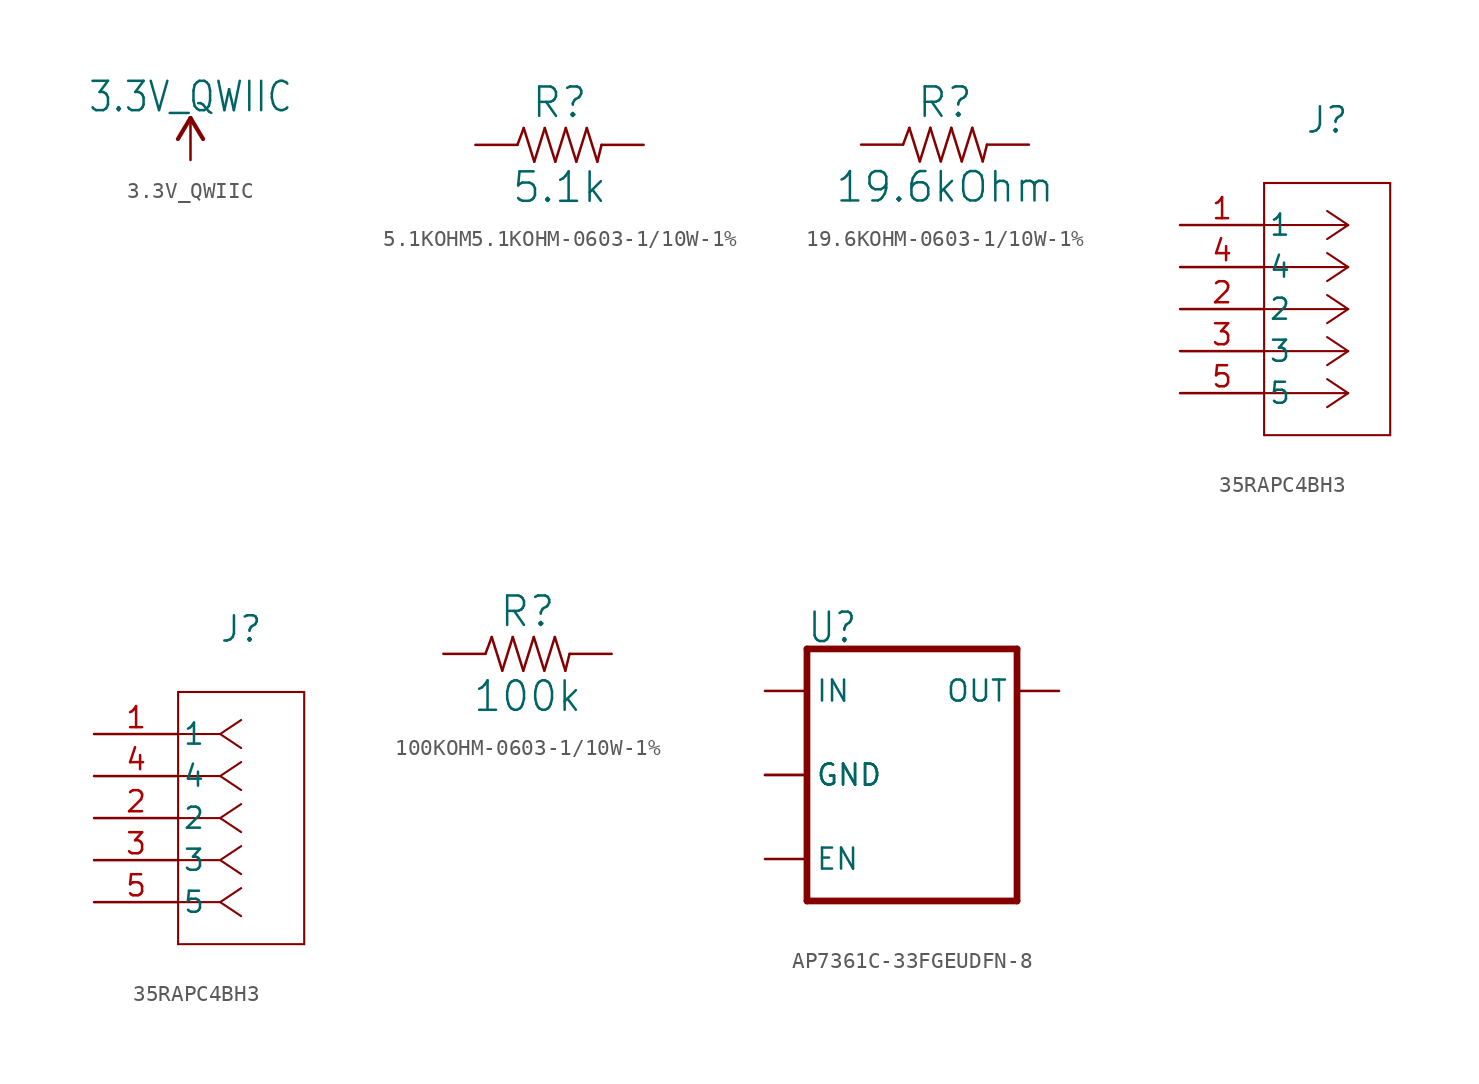
<source format=kicad_sym>
(kicad_symbol_lib
  (version 20241209)
  (generator "kicad_symbol_editor")
  (generator_version "9.0")
  (symbol "3.3V_QWIIC"
    (power)
    (property "Reference" "#SUPPLY"
      (at 0 0 0)
      (effects (font (size 1.27 1.27)) (hide yes)))
    (property "Value" "3.3V_QWIIC"
      (at 0 2.794 0)
      (effects (font (size 1.778 1.511)) (justify bottom)))
    (property "ki_locked" ""
      (at 0 0 0)
      (effects (font (size 1.27 1.27))))
    (symbol "3.3V_QWIIC_1_0"
      (polyline (pts (xy 0 2.54) (xy -0.762 1.27)) (stroke (width 0.254) (type solid)) (fill (type none)))
      (polyline (pts (xy 0.762 1.27) (xy 0 2.54)) (stroke (width 0.254) (type solid)) (fill (type none)))
      (pin power_in line (at 0 0 90) (length 2.54) (name "3.3V_QWIIC" (effects (font (size 0 0)))) (number "1" (effects (font (size 0 0)))))))
  (symbol "5.1KOHM5.1KOHM-0603-1/10W-1%"
    (property "Reference" "R"
      (at 0 1.524 0)
      (effects (font (size 1.778 1.778)) (justify bottom)))
    (property "Value" "5.1k"
      (at 0 -1.524 0)
      (effects (font (size 1.778 1.778)) (justify top)))
    (symbol "5.1KOHM5.1KOHM-0603-1/10W-1%_1_0"
      (polyline (pts (xy -2.54 0) (xy -2.159 1.016)) (stroke (width 0.152) (type solid)) (fill (type none)))
      (polyline (pts (xy -2.159 1.016) (xy -1.524 -1.016)) (stroke (width 0.152) (type solid)) (fill (type none)))
      (polyline (pts (xy -1.524 -1.016) (xy -0.889 1.016)) (stroke (width 0.152) (type solid)) (fill (type none)))
      (polyline (pts (xy -0.889 1.016) (xy -0.254 -1.016)) (stroke (width 0.152) (type solid)) (fill (type none)))
      (polyline (pts (xy -0.254 -1.016) (xy 0.381 1.016)) (stroke (width 0.152) (type solid)) (fill (type none)))
      (polyline (pts (xy 0.381 1.016) (xy 1.016 -1.016)) (stroke (width 0.152) (type solid)) (fill (type none)))
      (polyline (pts (xy 1.016 -1.016) (xy 1.651 1.016)) (stroke (width 0.152) (type solid)) (fill (type none)))
      (polyline (pts (xy 1.651 1.016) (xy 2.286 -1.016)) (stroke (width 0.152) (type solid)) (fill (type none)))
      (polyline (pts (xy 2.286 -1.016) (xy 2.54 0)) (stroke (width 0.152) (type solid)) (fill (type none)))
      (pin passive line (at -5.08 0 0) (length 2.54) (name "1" (effects (font (size 0 0)))) (number "1" (effects (font (size 0 0)))))
      (pin passive line (at 5.08 0 180) (length 2.54) (name "2" (effects (font (size 0 0)))) (number "2" (effects (font (size 0 0)))))))
  (symbol "19.6KOHM-0603-1/10W-1%"
    (property "Reference" "R"
      (at 0 1.524 0)
      (effects (font (size 1.778 1.778)) (justify bottom)))
    (property "Value" "19.6kOhm"
      (at 0 -1.524 0)
      (effects (font (size 1.778 1.778)) (justify top)))
    (symbol "19.6KOHM-0603-1/10W-1%_1_0"
      (polyline (pts (xy -2.54 0) (xy -2.159 1.016)) (stroke (width 0.152) (type solid)) (fill (type none)))
      (polyline (pts (xy -2.159 1.016) (xy -1.524 -1.016)) (stroke (width 0.152) (type solid)) (fill (type none)))
      (polyline (pts (xy -1.524 -1.016) (xy -0.889 1.016)) (stroke (width 0.152) (type solid)) (fill (type none)))
      (polyline (pts (xy -0.889 1.016) (xy -0.254 -1.016)) (stroke (width 0.152) (type solid)) (fill (type none)))
      (polyline (pts (xy -0.254 -1.016) (xy 0.381 1.016)) (stroke (width 0.152) (type solid)) (fill (type none)))
      (polyline (pts (xy 0.381 1.016) (xy 1.016 -1.016)) (stroke (width 0.152) (type solid)) (fill (type none)))
      (polyline (pts (xy 1.016 -1.016) (xy 1.651 1.016)) (stroke (width 0.152) (type solid)) (fill (type none)))
      (polyline (pts (xy 1.651 1.016) (xy 2.286 -1.016)) (stroke (width 0.152) (type solid)) (fill (type none)))
      (polyline (pts (xy 2.286 -1.016) (xy 2.54 0)) (stroke (width 0.152) (type solid)) (fill (type none)))
      (pin passive line (at -5.08 0 0) (length 2.54) (name "1" (effects (font (size 0 0)))) (number "1" (effects (font (size 0 0)))))
      (pin passive line (at 5.08 0 180) (length 2.54) (name "2" (effects (font (size 0 0)))) (number "2" (effects (font (size 0 0)))))))
  (symbol "35RAPC4BH3"
    (pin_names
      (offset 0.254))
    (property "Reference" "J"
      (at 8.89 6.35 0)
      (effects (font (size 1.524 1.524))))
    (symbol "35RAPC4BH3_1_1"
      (polyline (pts (xy 5.08 2.54) (xy 5.08 -12.7)) (stroke (width 0.127) (type default)) (fill (type none)))
      (polyline (pts (xy 5.08 -12.7) (xy 12.7 -12.7)) (stroke (width 0.127) (type default)) (fill (type none)))
      (polyline (pts (xy 10.16 0) (xy 5.08 0)) (stroke (width 0.127) (type default)) (fill (type none)))
      (polyline (pts (xy 10.16 0) (xy 8.89 0.847)) (stroke (width 0.127) (type default)) (fill (type none)))
      (polyline (pts (xy 10.16 0) (xy 8.89 -0.847)) (stroke (width 0.127) (type default)) (fill (type none)))
      (polyline (pts (xy 10.16 -2.54) (xy 5.08 -2.54)) (stroke (width 0.127) (type default)) (fill (type none)))
      (polyline (pts (xy 10.16 -2.54) (xy 8.89 -1.693)) (stroke (width 0.127) (type default)) (fill (type none)))
      (polyline (pts (xy 10.16 -2.54) (xy 8.89 -3.387)) (stroke (width 0.127) (type default)) (fill (type none)))
      (polyline (pts (xy 10.16 -5.08) (xy 5.08 -5.08)) (stroke (width 0.127) (type default)) (fill (type none)))
      (polyline (pts (xy 10.16 -5.08) (xy 8.89 -4.233)) (stroke (width 0.127) (type default)) (fill (type none)))
      (polyline (pts (xy 10.16 -5.08) (xy 8.89 -5.927)) (stroke (width 0.127) (type default)) (fill (type none)))
      (polyline (pts (xy 10.16 -7.62) (xy 5.08 -7.62)) (stroke (width 0.127) (type default)) (fill (type none)))
      (polyline (pts (xy 10.16 -7.62) (xy 8.89 -6.773)) (stroke (width 0.127) (type default)) (fill (type none)))
      (polyline (pts (xy 10.16 -7.62) (xy 8.89 -8.467)) (stroke (width 0.127) (type default)) (fill (type none)))
      (polyline (pts (xy 10.16 -10.16) (xy 5.08 -10.16)) (stroke (width 0.127) (type default)) (fill (type none)))
      (polyline (pts (xy 10.16 -10.16) (xy 8.89 -9.313)) (stroke (width 0.127) (type default)) (fill (type none)))
      (polyline (pts (xy 10.16 -10.16) (xy 8.89 -11.007)) (stroke (width 0.127) (type default)) (fill (type none)))
      (polyline (pts (xy 12.7 2.54) (xy 5.08 2.54)) (stroke (width 0.127) (type default)) (fill (type none)))
      (polyline (pts (xy 12.7 -12.7) (xy 12.7 2.54)) (stroke (width 0.127) (type default)) (fill (type none)))
      (pin unspecified line (at 0 0 0) (length 5.08) (name "1" (effects (font (size 1.27 1.27)))) (number "1" (effects (font (size 1.27 1.27)))))
      (pin unspecified line (at 0 -2.54 0) (length 5.08) (name "4" (effects (font (size 1.27 1.27)))) (number "4" (effects (font (size 1.27 1.27)))))
      (pin unspecified line (at 0 -5.08 0) (length 5.08) (name "2" (effects (font (size 1.27 1.27)))) (number "2" (effects (font (size 1.27 1.27)))))
      (pin unspecified line (at 0 -7.62 0) (length 5.08) (name "3" (effects (font (size 1.27 1.27)))) (number "3" (effects (font (size 1.27 1.27)))))
      (pin unspecified line (at 0 -10.16 0) (length 5.08) (name "5" (effects (font (size 1.27 1.27)))) (number "5" (effects (font (size 1.27 1.27))))))
    (symbol "35RAPC4BH3_1_2"
      (polyline (pts (xy 5.08 2.54) (xy 5.08 -12.7)) (stroke (width 0.127) (type default)) (fill (type none)))
      (polyline (pts (xy 5.08 -12.7) (xy 12.7 -12.7)) (stroke (width 0.127) (type default)) (fill (type none)))
      (polyline (pts (xy 7.62 0) (xy 5.08 0)) (stroke (width 0.127) (type default)) (fill (type none)))
      (polyline (pts (xy 7.62 0) (xy 8.89 0.847)) (stroke (width 0.127) (type default)) (fill (type none)))
      (polyline (pts (xy 7.62 0) (xy 8.89 -0.847)) (stroke (width 0.127) (type default)) (fill (type none)))
      (polyline (pts (xy 7.62 -2.54) (xy 5.08 -2.54)) (stroke (width 0.127) (type default)) (fill (type none)))
      (polyline (pts (xy 7.62 -2.54) (xy 8.89 -1.693)) (stroke (width 0.127) (type default)) (fill (type none)))
      (polyline (pts (xy 7.62 -2.54) (xy 8.89 -3.387)) (stroke (width 0.127) (type default)) (fill (type none)))
      (polyline (pts (xy 7.62 -5.08) (xy 5.08 -5.08)) (stroke (width 0.127) (type default)) (fill (type none)))
      (polyline (pts (xy 7.62 -5.08) (xy 8.89 -4.233)) (stroke (width 0.127) (type default)) (fill (type none)))
      (polyline (pts (xy 7.62 -5.08) (xy 8.89 -5.927)) (stroke (width 0.127) (type default)) (fill (type none)))
      (polyline (pts (xy 7.62 -7.62) (xy 5.08 -7.62)) (stroke (width 0.127) (type default)) (fill (type none)))
      (polyline (pts (xy 7.62 -7.62) (xy 8.89 -6.773)) (stroke (width 0.127) (type default)) (fill (type none)))
      (polyline (pts (xy 7.62 -7.62) (xy 8.89 -8.467)) (stroke (width 0.127) (type default)) (fill (type none)))
      (polyline (pts (xy 7.62 -10.16) (xy 5.08 -10.16)) (stroke (width 0.127) (type default)) (fill (type none)))
      (polyline (pts (xy 7.62 -10.16) (xy 8.89 -9.313)) (stroke (width 0.127) (type default)) (fill (type none)))
      (polyline (pts (xy 7.62 -10.16) (xy 8.89 -11.007)) (stroke (width 0.127) (type default)) (fill (type none)))
      (polyline (pts (xy 12.7 2.54) (xy 5.08 2.54)) (stroke (width 0.127) (type default)) (fill (type none)))
      (polyline (pts (xy 12.7 -12.7) (xy 12.7 2.54)) (stroke (width 0.127) (type default)) (fill (type none)))
      (pin unspecified line (at 0 0 0) (length 5.08) (name "1" (effects (font (size 1.27 1.27)))) (number "1" (effects (font (size 1.27 1.27)))))
      (pin unspecified line (at 0 -2.54 0) (length 5.08) (name "4" (effects (font (size 1.27 1.27)))) (number "4" (effects (font (size 1.27 1.27)))))
      (pin unspecified line (at 0 -5.08 0) (length 5.08) (name "2" (effects (font (size 1.27 1.27)))) (number "2" (effects (font (size 1.27 1.27)))))
      (pin unspecified line (at 0 -7.62 0) (length 5.08) (name "3" (effects (font (size 1.27 1.27)))) (number "3" (effects (font (size 1.27 1.27)))))
      (pin unspecified line (at 0 -10.16 0) (length 5.08) (name "5" (effects (font (size 1.27 1.27)))) (number "5" (effects (font (size 1.27 1.27)))))))
  (symbol "100KOHM-0603-1/10W-1%"
    (property "Reference" "R"
      (at 0 1.524 0)
      (effects (font (size 1.778 1.778)) (justify bottom)))
    (property "Value" "100k"
      (at 0 -1.524 0)
      (effects (font (size 1.778 1.778)) (justify top)))
    (symbol "100KOHM-0603-1/10W-1%_1_0"
      (polyline (pts (xy -2.54 0) (xy -2.159 1.016)) (stroke (width 0.152) (type solid)) (fill (type none)))
      (polyline (pts (xy -2.159 1.016) (xy -1.524 -1.016)) (stroke (width 0.152) (type solid)) (fill (type none)))
      (polyline (pts (xy -1.524 -1.016) (xy -0.889 1.016)) (stroke (width 0.152) (type solid)) (fill (type none)))
      (polyline (pts (xy -0.889 1.016) (xy -0.254 -1.016)) (stroke (width 0.152) (type solid)) (fill (type none)))
      (polyline (pts (xy -0.254 -1.016) (xy 0.381 1.016)) (stroke (width 0.152) (type solid)) (fill (type none)))
      (polyline (pts (xy 0.381 1.016) (xy 1.016 -1.016)) (stroke (width 0.152) (type solid)) (fill (type none)))
      (polyline (pts (xy 1.016 -1.016) (xy 1.651 1.016)) (stroke (width 0.152) (type solid)) (fill (type none)))
      (polyline (pts (xy 1.651 1.016) (xy 2.286 -1.016)) (stroke (width 0.152) (type solid)) (fill (type none)))
      (polyline (pts (xy 2.286 -1.016) (xy 2.54 0)) (stroke (width 0.152) (type solid)) (fill (type none)))
      (pin passive line (at -5.08 0 0) (length 2.54) (name "1" (effects (font (size 0 0)))) (number "1" (effects (font (size 0 0)))))
      (pin passive line (at 5.08 0 180) (length 2.54) (name "2" (effects (font (size 0 0)))) (number "2" (effects (font (size 0 0)))))))
  (symbol "AP7361C-33FGEUDFN-8"
    (property "Reference" "U"
      (at -7.62 7.874 0)
      (effects (font (size 1.778 1.511)) (justify left bottom)))
    (property "Value" ""
      (at -7.62 -7.874 0)
      (effects (font (size 1.778 1.511)) (justify left top)))
    (symbol "AP7361C-33FGEUDFN-8_1_0"
      (polyline (pts (xy -7.62 7.62) (xy -7.62 -7.62)) (stroke (width 0.406) (type solid)) (fill (type none)))
      (polyline (pts (xy -7.62 -7.62) (xy 5.08 -7.62)) (stroke (width 0.406) (type solid)) (fill (type none)))
      (polyline (pts (xy 5.08 7.62) (xy -7.62 7.62)) (stroke (width 0.406) (type solid)) (fill (type none)))
      (polyline (pts (xy 5.08 -7.62) (xy 5.08 7.62)) (stroke (width 0.406) (type solid)) (fill (type none)))
      (pin input line (at -10.16 5.08 0) (length 2.54) (name "IN" (effects (font (size 1.27 1.27)))) (number "8" (effects (font (size 0 0)))))
      (pin input line (at -10.16 0 0) (length 2.54) (name "GND" (effects (font (size 1.27 1.27)))) (number "4" (effects (font (size 0 0)))))
      (pin input line (at -10.16 0 0) (length 2.54) (name "GND" (effects (font (size 1.27 1.27)))) (number "EP" (effects (font (size 0 0)))))
      (pin bidirectional line (at -10.16 -5.08 0) (length 2.54) (name "EN" (effects (font (size 1.27 1.27)))) (number "5" (effects (font (size 0 0)))))
      (pin output line (at 7.62 5.08 180) (length 2.54) (name "OUT" (effects (font (size 1.27 1.27)))) (number "1" (effects (font (size 0 0))))))))
</source>
